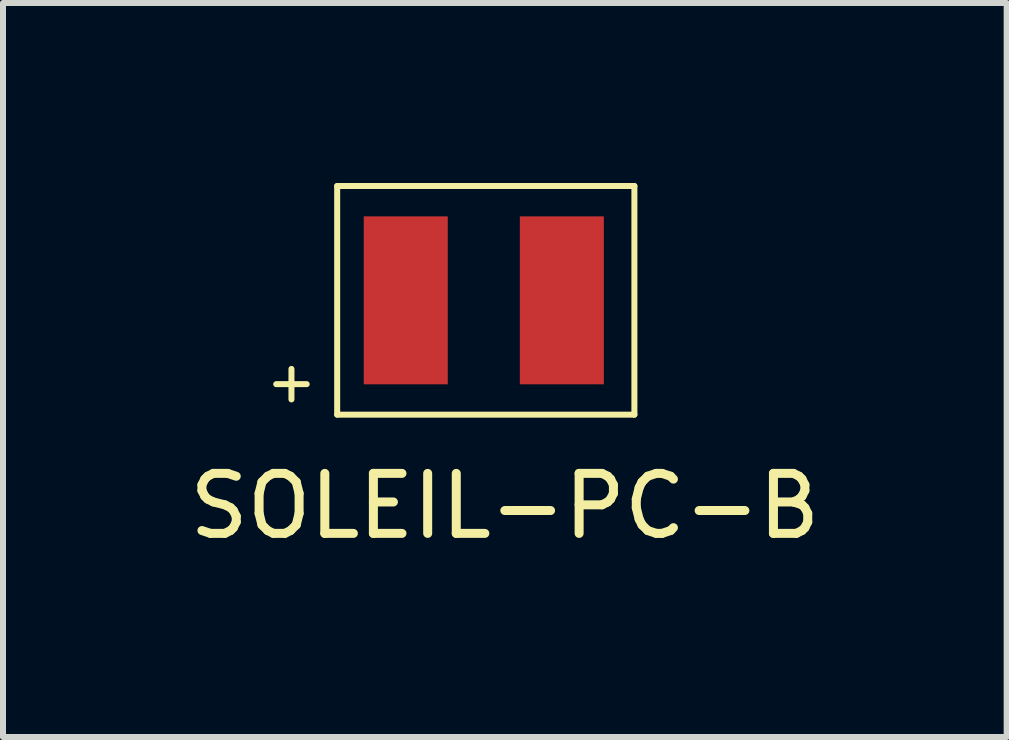
<source format=kicad_pcb>
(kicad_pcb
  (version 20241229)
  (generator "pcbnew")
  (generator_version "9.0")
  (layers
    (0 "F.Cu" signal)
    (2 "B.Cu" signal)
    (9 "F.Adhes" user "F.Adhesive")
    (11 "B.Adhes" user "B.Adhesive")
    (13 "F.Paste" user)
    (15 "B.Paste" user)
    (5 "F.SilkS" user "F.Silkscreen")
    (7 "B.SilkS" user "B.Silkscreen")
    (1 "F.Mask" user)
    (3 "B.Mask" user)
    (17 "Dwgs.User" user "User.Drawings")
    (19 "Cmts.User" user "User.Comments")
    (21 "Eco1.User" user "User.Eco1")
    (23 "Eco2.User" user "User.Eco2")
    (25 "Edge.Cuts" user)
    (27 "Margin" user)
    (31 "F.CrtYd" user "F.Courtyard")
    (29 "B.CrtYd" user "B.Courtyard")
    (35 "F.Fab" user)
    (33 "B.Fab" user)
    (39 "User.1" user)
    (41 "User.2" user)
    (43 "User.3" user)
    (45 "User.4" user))
  (footprint "SOLEIL-PC-B"
    (layer "F.Cu")
    (at 3.712 1.955)
    (property "Reference" "SOLEIL-PC-B" (at 1.651 3.429 0) (layer "F.SilkS") (effects (font (size 1 1) (thickness 0.15))))
    (attr through_hole)
    (fp_line (start -2.159 1.397) (end -1.651 1.397) (stroke (width 0.1) (type solid)) (layer "F.SilkS"))
    (fp_line (start -1.905 1.143) (end -1.905 1.651) (stroke (width 0.1) (type solid)) (layer "F.SilkS"))
    (fp_line (start -1.143 -1.905) (end 3.81 -1.905) (stroke (width 0.1) (type solid)) (layer "F.SilkS"))
    (fp_line (start -1.143 1.905) (end -1.143 -1.905) (stroke (width 0.1) (type solid)) (layer "F.SilkS"))
    (fp_line (start 3.81 -1.905) (end 3.81 1.905) (stroke (width 0.1) (type solid)) (layer "F.SilkS"))
    (fp_line (start 3.81 1.905) (end -1.143 1.905) (stroke (width 0.1) (type solid)) (layer "F.SilkS"))
    (pad "1" smd rect (at 0 0) (size 1.4 2.799) (layers "F.Cu" "F.Mask" "F.Paste"))
    (pad "2" smd rect (at 2.601 0) (size 1.4 2.799) (layers "F.Cu" "F.Mask" "F.Paste")))
  (gr_rect
    (start -3 -3)
    (end 13.726 9.232)
    (stroke (width 0.1) (type default))
    (fill no)
    (layer "Edge.Cuts")))
</source>
